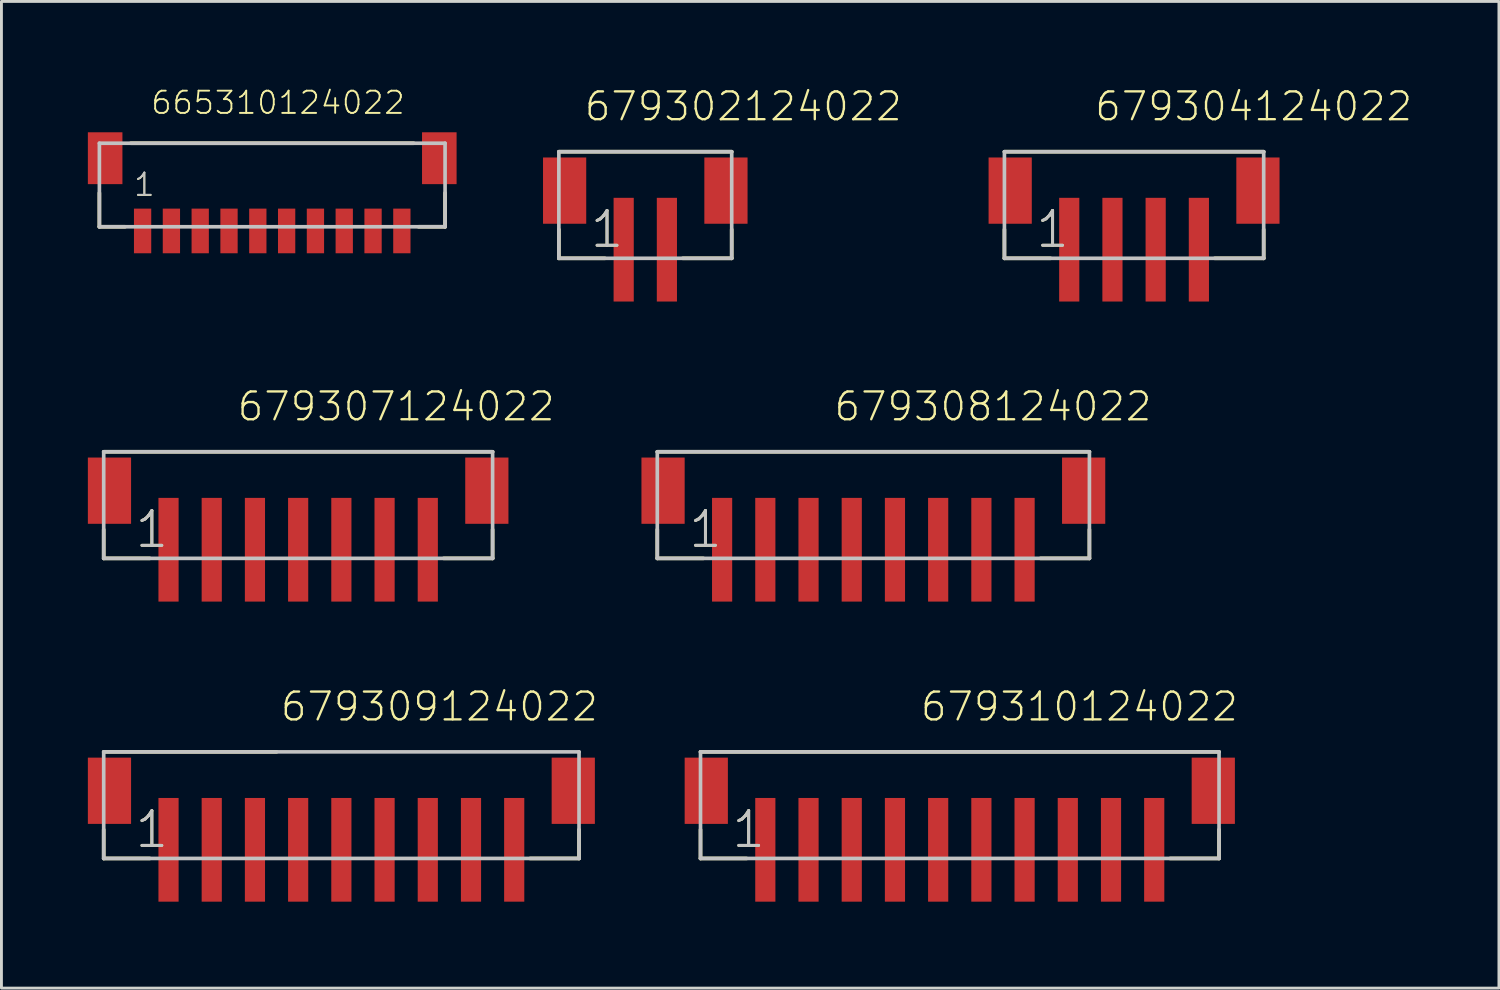
<source format=kicad_pcb>
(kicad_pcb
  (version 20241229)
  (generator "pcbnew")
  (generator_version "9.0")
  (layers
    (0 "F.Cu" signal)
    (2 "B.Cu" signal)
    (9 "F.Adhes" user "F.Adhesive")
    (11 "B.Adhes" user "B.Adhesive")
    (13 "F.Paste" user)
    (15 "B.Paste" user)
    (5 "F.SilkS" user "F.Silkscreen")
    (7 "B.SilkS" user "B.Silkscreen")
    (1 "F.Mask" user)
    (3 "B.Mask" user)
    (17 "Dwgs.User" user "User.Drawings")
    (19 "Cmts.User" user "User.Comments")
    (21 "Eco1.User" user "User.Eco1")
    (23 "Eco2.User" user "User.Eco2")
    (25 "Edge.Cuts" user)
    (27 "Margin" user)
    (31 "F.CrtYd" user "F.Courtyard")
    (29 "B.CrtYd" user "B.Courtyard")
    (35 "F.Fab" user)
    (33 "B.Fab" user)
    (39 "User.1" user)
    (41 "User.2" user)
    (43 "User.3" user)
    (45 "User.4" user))
  (footprint "679308124022"
    (layer "F.Cu")
    (at 27.267 16.033)
    (property "Reference" "679308124022" (at -1.415 -4.407 0) (layer "F.SilkS") (effects (font (size 0.965 0.965) (thickness 0.081)) (justify left bottom)))
    (attr through_hole)
    (fp_line (start -7.5 -3.4) (end 7.5 -3.4) (stroke (width 0.127) (type solid)) (layer "F.SilkS"))
    (fp_line (start -7.5 -0.7) (end -7.5 0.3) (stroke (width 0.127) (type solid)) (layer "F.SilkS"))
    (fp_line (start -7.5 0.3) (end -5.9 0.3) (stroke (width 0.127) (type solid)) (layer "F.SilkS"))
    (fp_line (start 5.8 0.3) (end 7.5 0.3) (stroke (width 0.127) (type solid)) (layer "F.SilkS"))
    (fp_line (start 7.5 0.3) (end 7.5 -0.7) (stroke (width 0.127) (type solid)) (layer "F.SilkS"))
    (fp_line (start -7.5 -3.4) (end -7.5 0.3) (stroke (width 0.127) (type solid)) (layer "Dwgs.User"))
    (fp_line (start -7.5 0.3) (end 7.5 0.3) (stroke (width 0.127) (type solid)) (layer "Dwgs.User"))
    (fp_line (start 7.5 -3.4) (end -7.5 -3.4) (stroke (width 0.127) (type solid)) (layer "Dwgs.User"))
    (fp_line (start 7.5 0.3) (end 7.5 -3.4) (stroke (width 0.127) (type solid)) (layer "Dwgs.User"))
    (fp_text user "1" (at -6.47 0 0) (layer "F.SilkS") (effects (font (size 1.206 1.206) (thickness 0.102)) (justify left bottom)))
    (fp_text user "1" (at -6.47 0 0) (layer "Dwgs.User") (effects (font (size 1.206 1.206) (thickness 0.102)) (justify left bottom)))
    (pad "1" smd rect (at -5.25 0) (size 0.7 3.6) (layers "F.Cu" "F.Mask" "F.Paste"))
    (pad "2" smd rect (at -3.75 0) (size 0.7 3.6) (layers "F.Cu" "F.Mask" "F.Paste"))
    (pad "3" smd rect (at -2.25 0) (size 0.7 3.6) (layers "F.Cu" "F.Mask" "F.Paste"))
    (pad "4" smd rect (at -0.75 0) (size 0.7 3.6) (layers "F.Cu" "F.Mask" "F.Paste"))
    (pad "5" smd rect (at 0.75 0) (size 0.7 3.6) (layers "F.Cu" "F.Mask" "F.Paste"))
    (pad "6" smd rect (at 2.25 0) (size 0.7 3.6) (layers "F.Cu" "F.Mask" "F.Paste"))
    (pad "7" smd rect (at 3.75 0) (size 0.7 3.6) (layers "F.Cu" "F.Mask" "F.Paste"))
    (pad "8" smd rect (at 5.25 0) (size 0.7 3.6) (layers "F.Cu" "F.Mask" "F.Paste"))
    (pad "Z1" smd rect (at -7.3 -2.05 90) (size 2.3 1.5) (layers "F.Cu" "F.Mask" "F.Paste"))
    (pad "Z2" smd rect (at 7.3 -2.05 90) (size 2.3 1.5) (layers "F.Cu" "F.Mask" "F.Paste")))
  (footprint "679304124022"
    (layer "F.Cu")
    (at 36.317 5.617)
    (property "Reference" "679304124022" (at -1.415 -4.407 0) (layer "F.SilkS") (effects (font (size 0.965 0.965) (thickness 0.081)) (justify left bottom)))
    (attr through_hole)
    (fp_line (start -4.5 -3.4) (end 4.5 -3.4) (stroke (width 0.127) (type solid)) (layer "F.SilkS"))
    (fp_line (start -4.5 -0.7) (end -4.5 0.3) (stroke (width 0.127) (type solid)) (layer "F.SilkS"))
    (fp_line (start -4.5 0.3) (end -2.9 0.3) (stroke (width 0.127) (type solid)) (layer "F.SilkS"))
    (fp_line (start 2.8 0.3) (end 4.5 0.3) (stroke (width 0.127) (type solid)) (layer "F.SilkS"))
    (fp_line (start 4.5 0.3) (end 4.5 -0.7) (stroke (width 0.127) (type solid)) (layer "F.SilkS"))
    (fp_line (start -4.5 -3.4) (end -4.5 0.3) (stroke (width 0.127) (type solid)) (layer "Dwgs.User"))
    (fp_line (start -4.5 0.3) (end 4.5 0.3) (stroke (width 0.127) (type solid)) (layer "Dwgs.User"))
    (fp_line (start 4.5 -3.4) (end -4.5 -3.4) (stroke (width 0.127) (type solid)) (layer "Dwgs.User"))
    (fp_line (start 4.5 0.3) (end 4.5 -3.4) (stroke (width 0.127) (type solid)) (layer "Dwgs.User"))
    (fp_text user "1" (at -3.47 0 0) (layer "F.SilkS") (effects (font (size 1.206 1.206) (thickness 0.102)) (justify left bottom)))
    (fp_text user "1" (at -3.47 0 0) (layer "Dwgs.User") (effects (font (size 1.206 1.206) (thickness 0.102)) (justify left bottom)))
    (pad "1" smd rect (at -2.25 0) (size 0.7 3.6) (layers "F.Cu" "F.Mask" "F.Paste"))
    (pad "2" smd rect (at -0.75 0) (size 0.7 3.6) (layers "F.Cu" "F.Mask" "F.Paste"))
    (pad "3" smd rect (at 0.75 0) (size 0.7 3.6) (layers "F.Cu" "F.Mask" "F.Paste"))
    (pad "4" smd rect (at 2.25 0) (size 0.7 3.6) (layers "F.Cu" "F.Mask" "F.Paste"))
    (pad "Z1" smd rect (at -4.3 -2.05 90) (size 2.3 1.5) (layers "F.Cu" "F.Mask" "F.Paste"))
    (pad "Z2" smd rect (at 4.3 -2.05 90) (size 2.3 1.5) (layers "F.Cu" "F.Mask" "F.Paste")))
  (footprint "665310124022"
    (layer "F.Cu")
    (at 6.4 4.967)
    (property "Reference" "665310124022" (at 0.2 -4 0) (layer "F.SilkS") (effects (font (size 0.772 0.772) (thickness 0.065)) (justify bottom)))
    (attr through_hole)
    (fp_line (start -6 -1.32) (end -6 -0.145) (stroke (width 0.127) (type solid)) (layer "F.SilkS"))
    (fp_line (start -6 -0.145) (end -5.11 -0.145) (stroke (width 0.127) (type solid)) (layer "F.SilkS"))
    (fp_line (start -4.91 -3.045) (end 4.91 -3.045) (stroke (width 0.127) (type solid)) (layer "F.SilkS"))
    (fp_line (start 6 -1.32) (end 6 -0.145) (stroke (width 0.127) (type solid)) (layer "F.SilkS"))
    (fp_line (start 6 -0.145) (end 5.08 -0.145) (stroke (width 0.127) (type solid)) (layer "F.SilkS"))
    (fp_line (start -6 -3.045) (end 6 -3.045) (stroke (width 0.127) (type solid)) (layer "Dwgs.User"))
    (fp_line (start -6 -0.145) (end -6 -3.045) (stroke (width 0.127) (type solid)) (layer "Dwgs.User"))
    (fp_line (start 6 -3.045) (end 6 -0.145) (stroke (width 0.127) (type solid)) (layer "Dwgs.User"))
    (fp_line (start 6 -0.145) (end -6 -0.145) (stroke (width 0.127) (type solid)) (layer "Dwgs.User"))
    (fp_text user "1" (at -4.85 -1.15 0) (layer "F.SilkS") (effects (font (size 0.772 0.772) (thickness 0.065)) (justify left bottom)))
    (fp_text user "1" (at -4.85 -1.16 0) (layer "Dwgs.User") (effects (font (size 0.772 0.772) (thickness 0.065)) (justify left bottom)))
    (pad "1" smd rect (at -4.5 0) (size 0.6 1.55) (layers "F.Cu" "F.Mask" "F.Paste"))
    (pad "2" smd rect (at -3.5 0) (size 0.6 1.55) (layers "F.Cu" "F.Mask" "F.Paste"))
    (pad "3" smd rect (at -2.5 0) (size 0.6 1.55) (layers "F.Cu" "F.Mask" "F.Paste"))
    (pad "4" smd rect (at -1.5 0) (size 0.6 1.55) (layers "F.Cu" "F.Mask" "F.Paste"))
    (pad "5" smd rect (at -0.5 0) (size 0.6 1.55) (layers "F.Cu" "F.Mask" "F.Paste"))
    (pad "6" smd rect (at 0.5 0) (size 0.6 1.55) (layers "F.Cu" "F.Mask" "F.Paste"))
    (pad "7" smd rect (at 1.5 0) (size 0.6 1.55) (layers "F.Cu" "F.Mask" "F.Paste"))
    (pad "8" smd rect (at 2.5 0) (size 0.6 1.55) (layers "F.Cu" "F.Mask" "F.Paste"))
    (pad "9" smd rect (at 3.5 0) (size 0.6 1.55) (layers "F.Cu" "F.Mask" "F.Paste"))
    (pad "10" smd rect (at 4.5 0) (size 0.6 1.55) (layers "F.Cu" "F.Mask" "F.Paste"))
    (pad "Z1" smd rect (at -5.8 -2.525) (size 1.2 1.8) (layers "F.Cu" "F.Mask" "F.Paste"))
    (pad "Z2" smd rect (at 5.8 -2.525) (size 1.2 1.8) (layers "F.Cu" "F.Mask" "F.Paste")))
  (footprint "679307124022"
    (layer "F.Cu")
    (at 7.3 16.033)
    (property "Reference" "679307124022" (at -2.165 -4.407 0) (layer "F.SilkS") (effects (font (size 0.965 0.965) (thickness 0.081)) (justify left bottom)))
    (attr through_hole)
    (fp_line (start -6.75 -3.4) (end 6.75 -3.4) (stroke (width 0.127) (type solid)) (layer "F.SilkS"))
    (fp_line (start -6.75 -0.7) (end -6.75 0.3) (stroke (width 0.127) (type solid)) (layer "F.SilkS"))
    (fp_line (start -6.75 0.3) (end -5.15 0.3) (stroke (width 0.127) (type solid)) (layer "F.SilkS"))
    (fp_line (start 5.05 0.3) (end 6.75 0.3) (stroke (width 0.127) (type solid)) (layer "F.SilkS"))
    (fp_line (start 6.75 0.3) (end 6.75 -0.7) (stroke (width 0.127) (type solid)) (layer "F.SilkS"))
    (fp_line (start -6.75 -3.4) (end -6.75 0.3) (stroke (width 0.127) (type solid)) (layer "Dwgs.User"))
    (fp_line (start -6.75 0.3) (end 6.75 0.3) (stroke (width 0.127) (type solid)) (layer "Dwgs.User"))
    (fp_line (start 6.75 -3.4) (end -6.75 -3.4) (stroke (width 0.127) (type solid)) (layer "Dwgs.User"))
    (fp_line (start 6.75 0.3) (end 6.75 -3.4) (stroke (width 0.127) (type solid)) (layer "Dwgs.User"))
    (fp_text user "1" (at -5.72 0 0) (layer "F.SilkS") (effects (font (size 1.206 1.206) (thickness 0.102)) (justify left bottom)))
    (fp_text user "1" (at -5.72 0 0) (layer "Dwgs.User") (effects (font (size 1.206 1.206) (thickness 0.102)) (justify left bottom)))
    (pad "1" smd rect (at -4.5 0) (size 0.7 3.6) (layers "F.Cu" "F.Mask" "F.Paste"))
    (pad "2" smd rect (at -3 0) (size 0.7 3.6) (layers "F.Cu" "F.Mask" "F.Paste"))
    (pad "3" smd rect (at -1.5 0) (size 0.7 3.6) (layers "F.Cu" "F.Mask" "F.Paste"))
    (pad "4" smd rect (at 0 0) (size 0.7 3.6) (layers "F.Cu" "F.Mask" "F.Paste"))
    (pad "5" smd rect (at 1.5 0) (size 0.7 3.6) (layers "F.Cu" "F.Mask" "F.Paste"))
    (pad "6" smd rect (at 3 0) (size 0.7 3.6) (layers "F.Cu" "F.Mask" "F.Paste"))
    (pad "7" smd rect (at 4.5 0) (size 0.7 3.6) (layers "F.Cu" "F.Mask" "F.Paste"))
    (pad "Z1" smd rect (at -6.55 -2.05 90) (size 2.3 1.5) (layers "F.Cu" "F.Mask" "F.Paste"))
    (pad "Z2" smd rect (at 6.55 -2.05 90) (size 2.3 1.5) (layers "F.Cu" "F.Mask" "F.Paste")))
  (footprint "679310124022"
    (layer "F.Cu")
    (at 30.267 26.45)
    (property "Reference" "679310124022" (at -1.415 -4.407 0) (layer "F.SilkS") (effects (font (size 0.965 0.965) (thickness 0.081)) (justify left bottom)))
    (attr through_hole)
    (fp_line (start -9 -3.4) (end 9 -3.4) (stroke (width 0.127) (type solid)) (layer "F.SilkS"))
    (fp_line (start -9 -0.7) (end -9 0.3) (stroke (width 0.127) (type solid)) (layer "F.SilkS"))
    (fp_line (start -9 0.3) (end -7.4 0.3) (stroke (width 0.127) (type solid)) (layer "F.SilkS"))
    (fp_line (start 7.3 0.3) (end 9 0.3) (stroke (width 0.127) (type solid)) (layer "F.SilkS"))
    (fp_line (start 9 0.3) (end 9 -0.7) (stroke (width 0.127) (type solid)) (layer "F.SilkS"))
    (fp_line (start -9 -3.4) (end -9 0.3) (stroke (width 0.127) (type solid)) (layer "Dwgs.User"))
    (fp_line (start -9 0.3) (end 9 0.3) (stroke (width 0.127) (type solid)) (layer "Dwgs.User"))
    (fp_line (start 9 -3.4) (end -9 -3.4) (stroke (width 0.127) (type solid)) (layer "Dwgs.User"))
    (fp_line (start 9 0.3) (end 9 -3.4) (stroke (width 0.127) (type solid)) (layer "Dwgs.User"))
    (fp_text user "1" (at -7.97 0 0) (layer "F.SilkS") (effects (font (size 1.206 1.206) (thickness 0.102)) (justify left bottom)))
    (fp_text user "1" (at -7.97 0 0) (layer "Dwgs.User") (effects (font (size 1.206 1.206) (thickness 0.102)) (justify left bottom)))
    (pad "1" smd rect (at -6.75 0) (size 0.7 3.6) (layers "F.Cu" "F.Mask" "F.Paste"))
    (pad "2" smd rect (at -5.25 0) (size 0.7 3.6) (layers "F.Cu" "F.Mask" "F.Paste"))
    (pad "3" smd rect (at -3.75 0) (size 0.7 3.6) (layers "F.Cu" "F.Mask" "F.Paste"))
    (pad "4" smd rect (at -2.25 0) (size 0.7 3.6) (layers "F.Cu" "F.Mask" "F.Paste"))
    (pad "5" smd rect (at -0.75 0) (size 0.7 3.6) (layers "F.Cu" "F.Mask" "F.Paste"))
    (pad "6" smd rect (at 0.75 0) (size 0.7 3.6) (layers "F.Cu" "F.Mask" "F.Paste"))
    (pad "7" smd rect (at 2.25 0) (size 0.7 3.6) (layers "F.Cu" "F.Mask" "F.Paste"))
    (pad "8" smd rect (at 3.75 0) (size 0.7 3.6) (layers "F.Cu" "F.Mask" "F.Paste"))
    (pad "9" smd rect (at 5.25 0) (size 0.7 3.6) (layers "F.Cu" "F.Mask" "F.Paste"))
    (pad "10" smd rect (at 6.75 0) (size 0.7 3.6) (layers "F.Cu" "F.Mask" "F.Paste"))
    (pad "Z1" smd rect (at -8.8 -2.05 90) (size 2.3 1.5) (layers "F.Cu" "F.Mask" "F.Paste"))
    (pad "Z2" smd rect (at 8.8 -2.05 90) (size 2.3 1.5) (layers "F.Cu" "F.Mask" "F.Paste")))
  (footprint "679309124022"
    (layer "F.Cu")
    (at 8.8 26.45)
    (property "Reference" "679309124022" (at -2.165 -4.407 0) (layer "F.SilkS") (effects (font (size 0.965 0.965) (thickness 0.081)) (justify left bottom)))
    (attr through_hole)
    (fp_line (start -8.25 -3.4) (end -2.25 -3.4) (stroke (width 0.127) (type solid)) (layer "F.SilkS"))
    (fp_line (start -8.25 -0.7) (end -8.25 0.3) (stroke (width 0.127) (type solid)) (layer "F.SilkS"))
    (fp_line (start -8.25 0.3) (end -6.65 0.3) (stroke (width 0.127) (type solid)) (layer "F.SilkS"))
    (fp_line (start 6.55 0.3) (end 8.25 0.3) (stroke (width 0.127) (type solid)) (layer "F.SilkS"))
    (fp_line (start 8.25 0.3) (end 8.25 -0.7) (stroke (width 0.127) (type solid)) (layer "F.SilkS"))
    (fp_line (start -8.25 -3.4) (end -8.25 0.3) (stroke (width 0.127) (type solid)) (layer "Dwgs.User"))
    (fp_line (start -8.25 0.3) (end 8.25 0.3) (stroke (width 0.127) (type solid)) (layer "Dwgs.User"))
    (fp_line (start 8.25 -3.4) (end -8.25 -3.4) (stroke (width 0.127) (type solid)) (layer "Dwgs.User"))
    (fp_line (start 8.25 0.3) (end 8.25 -3.4) (stroke (width 0.127) (type solid)) (layer "Dwgs.User"))
    (fp_text user "1" (at -7.22 0 0) (layer "F.SilkS") (effects (font (size 1.206 1.206) (thickness 0.102)) (justify left bottom)))
    (fp_text user "1" (at -7.22 0 0) (layer "Dwgs.User") (effects (font (size 1.206 1.206) (thickness 0.102)) (justify left bottom)))
    (pad "1" smd rect (at -6 0) (size 0.7 3.6) (layers "F.Cu" "F.Mask" "F.Paste"))
    (pad "2" smd rect (at -4.5 0) (size 0.7 3.6) (layers "F.Cu" "F.Mask" "F.Paste"))
    (pad "3" smd rect (at -3 0) (size 0.7 3.6) (layers "F.Cu" "F.Mask" "F.Paste"))
    (pad "4" smd rect (at -1.5 0) (size 0.7 3.6) (layers "F.Cu" "F.Mask" "F.Paste"))
    (pad "5" smd rect (at 0 0) (size 0.7 3.6) (layers "F.Cu" "F.Mask" "F.Paste"))
    (pad "6" smd rect (at 1.5 0) (size 0.7 3.6) (layers "F.Cu" "F.Mask" "F.Paste"))
    (pad "7" smd rect (at 3 0) (size 0.7 3.6) (layers "F.Cu" "F.Mask" "F.Paste"))
    (pad "8" smd rect (at 4.5 0) (size 0.7 3.6) (layers "F.Cu" "F.Mask" "F.Paste"))
    (pad "9" smd rect (at 6 0) (size 0.7 3.6) (layers "F.Cu" "F.Mask" "F.Paste"))
    (pad "Z1" smd rect (at -8.05 -2.05 90) (size 2.3 1.5) (layers "F.Cu" "F.Mask" "F.Paste"))
    (pad "Z2" smd rect (at 8.05 -2.05 90) (size 2.3 1.5) (layers "F.Cu" "F.Mask" "F.Paste")))
  (footprint "679302124022"
    (layer "F.Cu")
    (at 19.35 5.617)
    (property "Reference" "679302124022" (at -2.165 -4.407 0) (layer "F.SilkS") (effects (font (size 0.965 0.965) (thickness 0.081)) (justify left bottom)))
    (attr through_hole)
    (fp_line (start -3 -3.4) (end 3 -3.4) (stroke (width 0.127) (type solid)) (layer "F.SilkS"))
    (fp_line (start -3 -0.7) (end -3 0.3) (stroke (width 0.127) (type solid)) (layer "F.SilkS"))
    (fp_line (start -3 0.3) (end -1.4 0.3) (stroke (width 0.127) (type solid)) (layer "F.SilkS"))
    (fp_line (start 1.3 0.3) (end 3 0.3) (stroke (width 0.127) (type solid)) (layer "F.SilkS"))
    (fp_line (start 3 0.3) (end 3 -0.7) (stroke (width 0.127) (type solid)) (layer "F.SilkS"))
    (fp_line (start -3 -3.4) (end -3 0.3) (stroke (width 0.127) (type solid)) (layer "Dwgs.User"))
    (fp_line (start -3 0.3) (end 3 0.3) (stroke (width 0.127) (type solid)) (layer "Dwgs.User"))
    (fp_line (start 3 -3.4) (end -3 -3.4) (stroke (width 0.127) (type solid)) (layer "Dwgs.User"))
    (fp_line (start 3 0.3) (end 3 -3.4) (stroke (width 0.127) (type solid)) (layer "Dwgs.User"))
    (fp_text user "1" (at -1.97 0 0) (layer "F.SilkS") (effects (font (size 1.206 1.206) (thickness 0.102)) (justify left bottom)))
    (fp_text user "1" (at -1.97 0 0) (layer "Dwgs.User") (effects (font (size 1.206 1.206) (thickness 0.102)) (justify left bottom)))
    (pad "1" smd rect (at -0.75 0) (size 0.7 3.6) (layers "F.Cu" "F.Mask" "F.Paste"))
    (pad "2" smd rect (at 0.75 0) (size 0.7 3.6) (layers "F.Cu" "F.Mask" "F.Paste"))
    (pad "Z1" smd rect (at -2.8 -2.05 90) (size 2.3 1.5) (layers "F.Cu" "F.Mask" "F.Paste"))
    (pad "Z2" smd rect (at 2.8 -2.05 90) (size 2.3 1.5) (layers "F.Cu" "F.Mask" "F.Paste")))
  (gr_rect
    (start -3 -3)
    (end 48.983 31.25)
    (stroke (width 0.1) (type default))
    (fill no)
    (layer "Edge.Cuts")))
</source>
